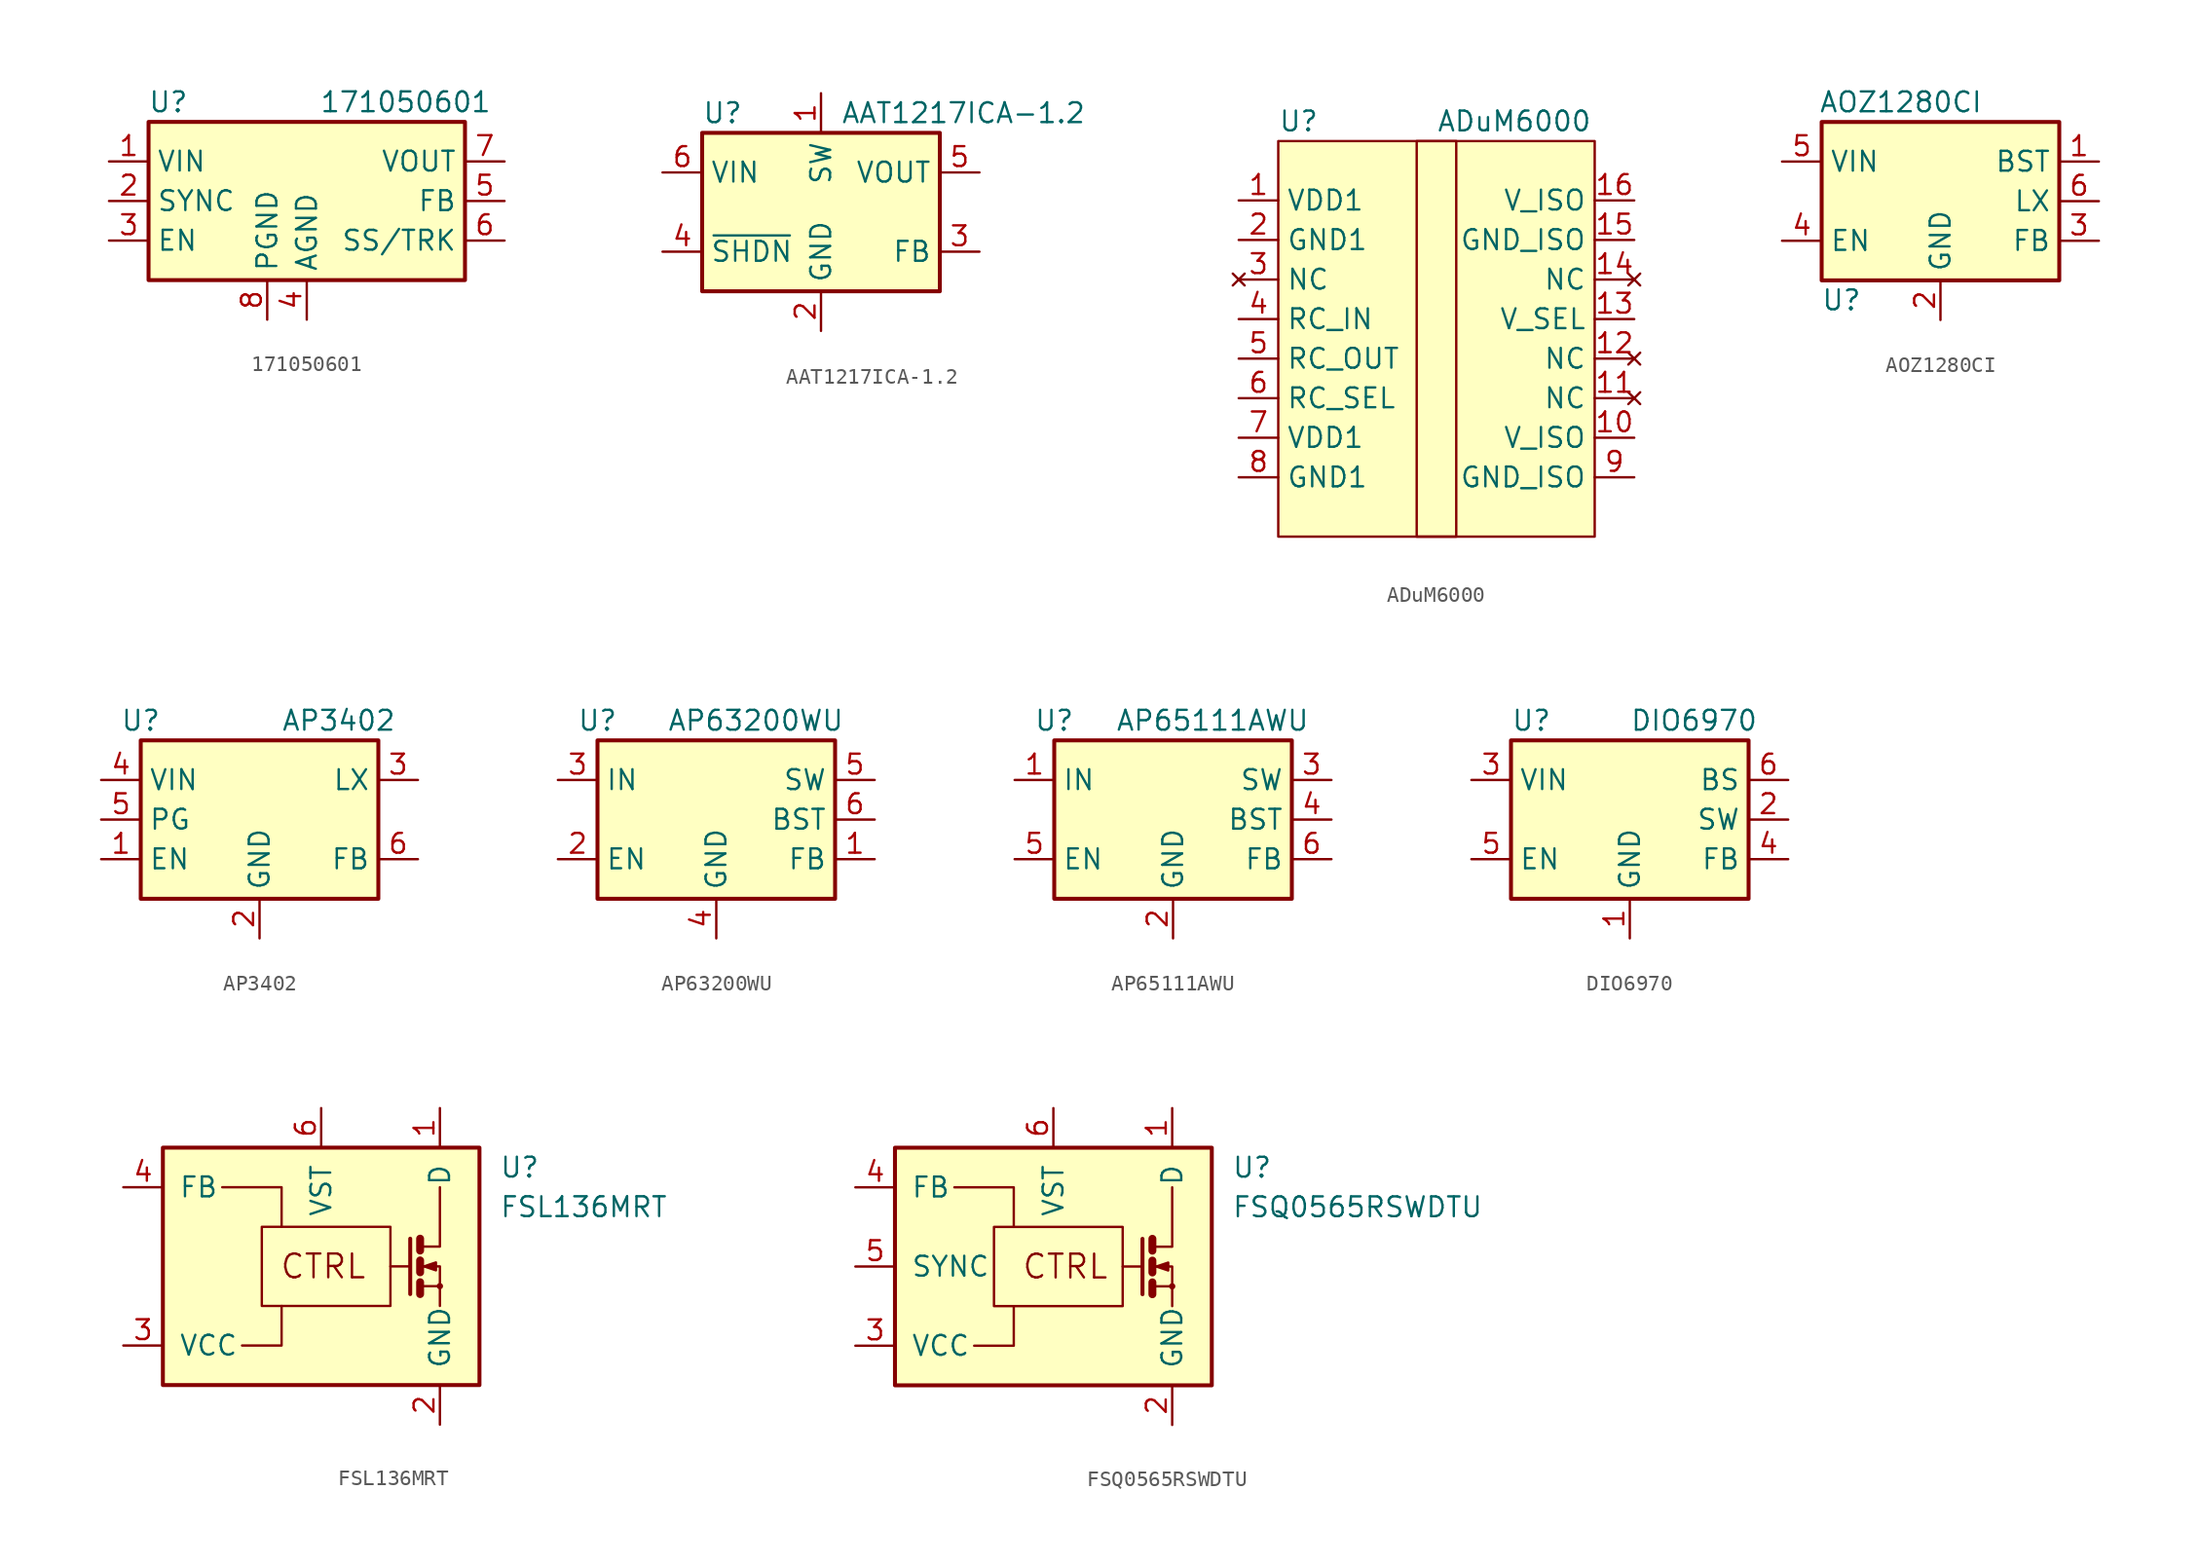
<source format=kicad_sym>
(kicad_symbol_lib
  (version 20201005)
  (generator kicad_symbol_editor)
  (symbol "171050601"
    (property "Reference" "U"
      (at -8.89 6.35 0)
      (effects (font (size 1.27 1.27))))
    (property "Value" "171050601"
      (at 6.35 6.35 0)
      (effects (font (size 1.27 1.27))))
    (symbol "171050601_0_1"
      (rectangle (start -10.16 5.08) (end 10.16 -5.08) (stroke (width 0.254)) (fill (type background))))
    (symbol "171050601_1_1"
      (pin power_in line (at -12.7 2.54 0) (length 2.54) (name "VIN" (effects (font (size 1.27 1.27)))) (number "1" (effects (font (size 1.27 1.27)))))
      (pin input line (at -12.7 0 0) (length 2.54) (name "SYNC" (effects (font (size 1.27 1.27)))) (number "2" (effects (font (size 1.27 1.27)))))
      (pin input line (at -12.7 -2.54 0) (length 2.54) (name "EN" (effects (font (size 1.27 1.27)))) (number "3" (effects (font (size 1.27 1.27)))))
      (pin power_in line (at 0 -7.62 90) (length 2.54) (name "AGND" (effects (font (size 1.27 1.27)))) (number "4" (effects (font (size 1.27 1.27)))))
      (pin input line (at 12.7 0 180) (length 2.54) (name "FB" (effects (font (size 1.27 1.27)))) (number "5" (effects (font (size 1.27 1.27)))))
      (pin input line (at 12.7 -2.54 180) (length 2.54) (name "SS/TRK" (effects (font (size 1.27 1.27)))) (number "6" (effects (font (size 1.27 1.27)))))
      (pin power_out line (at 12.7 2.54 180) (length 2.54) (name "VOUT" (effects (font (size 1.27 1.27)))) (number "7" (effects (font (size 1.27 1.27)))))
      (pin power_in line (at -2.54 -7.62 90) (length 2.54) (name "PGND" (effects (font (size 1.27 1.27)))) (number "8" (effects (font (size 1.27 1.27)))))))
  (symbol "AAT1217ICA-1.2"
    (property "Reference" "U"
      (at -7.62 6.35 0)
      (effects (font (size 1.27 1.27)) (justify left)))
    (property "Value" "AAT1217ICA-1.2"
      (at 1.27 6.35 0)
      (effects (font (size 1.27 1.27)) (justify left)))
    (symbol "AAT1217ICA-1.2_0_1"
      (rectangle (start -7.62 5.08) (end 7.62 -5.08) (stroke (width 0.254)) (fill (type background))))
    (symbol "AAT1217ICA-1.2_1_1"
      (pin passive line (at 0 7.62 270) (length 2.54) (name "SW" (effects (font (size 1.27 1.27)))) (number "1" (effects (font (size 1.27 1.27)))))
      (pin power_in line (at 0 -7.62 90) (length 2.54) (name "GND" (effects (font (size 1.27 1.27)))) (number "2" (effects (font (size 1.27 1.27)))))
      (pin passive line (at 10.16 -2.54 180) (length 2.54) (name "FB" (effects (font (size 1.27 1.27)))) (number "3" (effects (font (size 1.27 1.27)))))
      (pin input line (at -10.16 -2.54 0) (length 2.54) (name "~SHDN" (effects (font (size 1.27 1.27)))) (number "4" (effects (font (size 1.27 1.27)))))
      (pin power_out line (at 10.16 2.54 180) (length 2.54) (name "VOUT" (effects (font (size 1.27 1.27)))) (number "5" (effects (font (size 1.27 1.27)))))
      (pin power_in line (at -10.16 2.54 0) (length 2.54) (name "VIN" (effects (font (size 1.27 1.27)))) (number "6" (effects (font (size 1.27 1.27)))))))
  (symbol "ADuM6000"
    (property "Reference" "U"
      (at -10.16 12.7 0)
      (effects (font (size 1.27 1.27)) (justify left)))
    (property "Value" "ADuM6000"
      (at 0 12.7 0)
      (effects (font (size 1.27 1.27)) (justify left)))
    (symbol "ADuM6000_0_1"
      (rectangle (start -1.27 11.43) (end 1.27 -13.97) (stroke (width 0)) (fill (type none)))
      (rectangle (start -10.16 11.43) (end 10.16 -13.97) (stroke (width 0)) (fill (type background))))
    (symbol "ADuM6000_1_1"
      (pin power_in line (at -12.7 7.62 0) (length 2.54) (name "VDD1" (effects (font (size 1.27 1.27)))) (number "1" (effects (font (size 1.27 1.27)))))
      (pin passive line (at 12.7 -7.62 180) (length 2.54) (name "V_ISO" (effects (font (size 1.27 1.27)))) (number "10" (effects (font (size 1.27 1.27)))))
      (pin no_connect line (at 12.7 -5.08 180) (length 2.54) (name "NC" (effects (font (size 1.27 1.27)))) (number "11" (effects (font (size 1.27 1.27)))))
      (pin no_connect line (at 12.7 -2.54 180) (length 2.54) (name "NC" (effects (font (size 1.27 1.27)))) (number "12" (effects (font (size 1.27 1.27)))))
      (pin input line (at 12.7 0 180) (length 2.54) (name "V_SEL" (effects (font (size 1.27 1.27)))) (number "13" (effects (font (size 1.27 1.27)))))
      (pin no_connect line (at 12.7 2.54 180) (length 2.54) (name "NC" (effects (font (size 1.27 1.27)))) (number "14" (effects (font (size 1.27 1.27)))))
      (pin passive line (at 12.7 5.08 180) (length 2.54) (name "GND_ISO" (effects (font (size 1.27 1.27)))) (number "15" (effects (font (size 1.27 1.27)))))
      (pin power_out line (at 12.7 7.62 180) (length 2.54) (name "V_ISO" (effects (font (size 1.27 1.27)))) (number "16" (effects (font (size 1.27 1.27)))))
      (pin power_in line (at -12.7 5.08 0) (length 2.54) (name "GND1" (effects (font (size 1.27 1.27)))) (number "2" (effects (font (size 1.27 1.27)))))
      (pin no_connect line (at -12.7 2.54 0) (length 2.54) (name "NC" (effects (font (size 1.27 1.27)))) (number "3" (effects (font (size 1.27 1.27)))))
      (pin input line (at -12.7 0 0) (length 2.54) (name "RC_IN" (effects (font (size 1.27 1.27)))) (number "4" (effects (font (size 1.27 1.27)))))
      (pin output line (at -12.7 -2.54 0) (length 2.54) (name "RC_OUT" (effects (font (size 1.27 1.27)))) (number "5" (effects (font (size 1.27 1.27)))))
      (pin input line (at -12.7 -5.08 0) (length 2.54) (name "RC_SEL" (effects (font (size 1.27 1.27)))) (number "6" (effects (font (size 1.27 1.27)))))
      (pin power_in line (at -12.7 -7.62 0) (length 2.54) (name "VDD1" (effects (font (size 1.27 1.27)))) (number "7" (effects (font (size 1.27 1.27)))))
      (pin power_in line (at -12.7 -10.16 0) (length 2.54) (name "GND1" (effects (font (size 1.27 1.27)))) (number "8" (effects (font (size 1.27 1.27)))))
      (pin power_out line (at 12.7 -10.16 180) (length 2.54) (name "GND_ISO" (effects (font (size 1.27 1.27)))) (number "9" (effects (font (size 1.27 1.27)))))))
  (symbol "AOZ1280CI"
    (property "Reference" "U"
      (at -6.35 -6.35 0)
      (effects (font (size 1.27 1.27))))
    (property "Value" "AOZ1280CI"
      (at -2.54 6.35 0)
      (effects (font (size 1.27 1.27))))
    (symbol "AOZ1280CI_0_1"
      (rectangle (start -7.62 5.08) (end 7.62 -5.08) (stroke (width 0.254)) (fill (type background))))
    (symbol "AOZ1280CI_1_1"
      (pin input line (at 10.16 2.54 180) (length 2.54) (name "BST" (effects (font (size 1.27 1.27)))) (number "1" (effects (font (size 1.27 1.27)))))
      (pin power_in line (at 0 -7.62 90) (length 2.54) (name "GND" (effects (font (size 1.27 1.27)))) (number "2" (effects (font (size 1.27 1.27)))))
      (pin input line (at 10.16 -2.54 180) (length 2.54) (name "FB" (effects (font (size 1.27 1.27)))) (number "3" (effects (font (size 1.27 1.27)))))
      (pin input line (at -10.16 -2.54 0) (length 2.54) (name "EN" (effects (font (size 1.27 1.27)))) (number "4" (effects (font (size 1.27 1.27)))))
      (pin power_in line (at -10.16 2.54 0) (length 2.54) (name "VIN" (effects (font (size 1.27 1.27)))) (number "5" (effects (font (size 1.27 1.27)))))
      (pin power_out line (at 10.16 0 180) (length 2.54) (name "LX" (effects (font (size 1.27 1.27)))) (number "6" (effects (font (size 1.27 1.27)))))))
  (symbol "AP3402"
    (property "Reference" "U"
      (at -7.62 6.35 0)
      (effects (font (size 1.27 1.27))))
    (property "Value" "AP3402"
      (at 5.08 6.35 0)
      (effects (font (size 1.27 1.27))))
    (symbol "AP3402_0_1"
      (rectangle (start -7.62 5.08) (end 7.62 -5.08) (stroke (width 0.254)) (fill (type background))))
    (symbol "AP3402_1_1"
      (pin input line (at -10.16 -2.54 0) (length 2.54) (name "EN" (effects (font (size 1.27 1.27)))) (number "1" (effects (font (size 1.27 1.27)))))
      (pin power_in line (at 0 -7.62 90) (length 2.54) (name "GND" (effects (font (size 1.27 1.27)))) (number "2" (effects (font (size 1.27 1.27)))))
      (pin power_out line (at 10.16 2.54 180) (length 2.54) (name "LX" (effects (font (size 1.27 1.27)))) (number "3" (effects (font (size 1.27 1.27)))))
      (pin power_in line (at -10.16 2.54 0) (length 2.54) (name "VIN" (effects (font (size 1.27 1.27)))) (number "4" (effects (font (size 1.27 1.27)))))
      (pin input line (at -10.16 0 0) (length 2.54) (name "PG" (effects (font (size 1.27 1.27)))) (number "5" (effects (font (size 1.27 1.27)))))
      (pin input line (at 10.16 -2.54 180) (length 2.54) (name "FB" (effects (font (size 1.27 1.27)))) (number "6" (effects (font (size 1.27 1.27)))))))
  (symbol "AP63200WU"
    (property "Reference" "U"
      (at -7.62 6.35 0)
      (effects (font (size 1.27 1.27))))
    (property "Value" "AP63200WU"
      (at 2.54 6.35 0)
      (effects (font (size 1.27 1.27))))
    (symbol "AP63200WU_0_1"
      (rectangle (start -7.62 5.08) (end 7.62 -5.08) (stroke (width 0.254)) (fill (type background))))
    (symbol "AP63200WU_1_1"
      (pin input line (at 10.16 -2.54 180) (length 2.54) (name "FB" (effects (font (size 1.27 1.27)))) (number "1" (effects (font (size 1.27 1.27)))))
      (pin input line (at -10.16 -2.54 0) (length 2.54) (name "EN" (effects (font (size 1.27 1.27)))) (number "2" (effects (font (size 1.27 1.27)))))
      (pin power_in line (at -10.16 2.54 0) (length 2.54) (name "IN" (effects (font (size 1.27 1.27)))) (number "3" (effects (font (size 1.27 1.27)))))
      (pin power_in line (at 0 -7.62 90) (length 2.54) (name "GND" (effects (font (size 1.27 1.27)))) (number "4" (effects (font (size 1.27 1.27)))))
      (pin output line (at 10.16 2.54 180) (length 2.54) (name "SW" (effects (font (size 1.27 1.27)))) (number "5" (effects (font (size 1.27 1.27)))))
      (pin passive line (at 10.16 0 180) (length 2.54) (name "BST" (effects (font (size 1.27 1.27)))) (number "6" (effects (font (size 1.27 1.27)))))))
  (symbol "AP65111AWU"
    (property "Reference" "U"
      (at -7.62 6.35 0)
      (effects (font (size 1.27 1.27))))
    (property "Value" "AP65111AWU"
      (at 2.54 6.35 0)
      (effects (font (size 1.27 1.27))))
    (symbol "AP65111AWU_0_1"
      (rectangle (start -7.62 5.08) (end 7.62 -5.08) (stroke (width 0.254)) (fill (type background))))
    (symbol "AP65111AWU_1_1"
      (pin power_in line (at -10.16 2.54 0) (length 2.54) (name "IN" (effects (font (size 1.27 1.27)))) (number "1" (effects (font (size 1.27 1.27)))))
      (pin power_in line (at 0 -7.62 90) (length 2.54) (name "GND" (effects (font (size 1.27 1.27)))) (number "2" (effects (font (size 1.27 1.27)))))
      (pin output line (at 10.16 2.54 180) (length 2.54) (name "SW" (effects (font (size 1.27 1.27)))) (number "3" (effects (font (size 1.27 1.27)))))
      (pin passive line (at 10.16 0 180) (length 2.54) (name "BST" (effects (font (size 1.27 1.27)))) (number "4" (effects (font (size 1.27 1.27)))))
      (pin input line (at -10.16 -2.54 0) (length 2.54) (name "EN" (effects (font (size 1.27 1.27)))) (number "5" (effects (font (size 1.27 1.27)))))
      (pin input line (at 10.16 -2.54 180) (length 2.54) (name "FB" (effects (font (size 1.27 1.27)))) (number "6" (effects (font (size 1.27 1.27)))))))
  (symbol "DIO6970"
    (property "Reference" "U"
      (at -7.62 6.35 0)
      (effects (font (size 1.27 1.27)) (justify left)))
    (property "Value" "DIO6970"
      (at 0 6.35 0)
      (effects (font (size 1.27 1.27)) (justify left)))
    (symbol "DIO6970_0_1"
      (rectangle (start -7.62 5.08) (end 7.62 -5.08) (stroke (width 0.254)) (fill (type background))))
    (symbol "DIO6970_1_1"
      (pin power_in line (at 0 -7.62 90) (length 2.54) (name "GND" (effects (font (size 1.27 1.27)))) (number "1" (effects (font (size 1.27 1.27)))))
      (pin power_out line (at 10.16 0 180) (length 2.54) (name "SW" (effects (font (size 1.27 1.27)))) (number "2" (effects (font (size 1.27 1.27)))))
      (pin power_in line (at -10.16 2.54 0) (length 2.54) (name "VIN" (effects (font (size 1.27 1.27)))) (number "3" (effects (font (size 1.27 1.27)))))
      (pin input line (at 10.16 -2.54 180) (length 2.54) (name "FB" (effects (font (size 1.27 1.27)))) (number "4" (effects (font (size 1.27 1.27)))))
      (pin input line (at -10.16 -2.54 0) (length 2.54) (name "EN" (effects (font (size 1.27 1.27)))) (number "5" (effects (font (size 1.27 1.27)))))
      (pin output line (at 10.16 2.54 180) (length 2.54) (name "BS" (effects (font (size 1.27 1.27)))) (number "6" (effects (font (size 1.27 1.27)))))))
  (symbol "FSL136MRT"
    (pin_names
      (offset 1.016))
    (property "Reference" "U"
      (at 11.43 6.35 0)
      (effects (font (size 1.27 1.27)) (justify left)))
    (property "Value" "FSL136MRT"
      (at 11.43 3.81 0)
      (effects (font (size 1.27 1.27)) (justify left)))
    (symbol "FSL136MRT_0_0"
      (circle (center 7.62 -1.27) (radius 0.127) (stroke (width 0)) (fill (type none)))
      (text "CTRL" (at 0.127 0 0) (effects (font (size 1.524 1.524))))
      (rectangle (start -3.81 2.54) (end 4.445 -2.54) (stroke (width 0)) (fill (type none)))
      (rectangle (start -10.16 7.62) (end 10.16 -7.62) (stroke (width 0.254)) (fill (type background)))
      (polyline (pts (xy 5.715 1.778) (xy 5.715 -1.778)) (stroke (width 0.254)) (fill (type none)))
      (polyline (pts (xy 6.35 -1.27) (xy 7.62 -1.27)) (stroke (width 0)) (fill (type none)))
      (polyline (pts (xy 6.35 -1.016) (xy 6.35 -1.778)) (stroke (width 0.508)) (fill (type none)))
      (polyline (pts (xy 6.35 0.381) (xy 6.35 -0.381)) (stroke (width 0.508)) (fill (type none)))
      (polyline (pts (xy 6.35 1.778) (xy 6.35 1.016)) (stroke (width 0.508)) (fill (type none)))
      (polyline (pts (xy 6.35 1.27) (xy 7.62 1.27) (xy 7.62 5.08)) (stroke (width 0)) (fill (type none)))
      (polyline (pts (xy 7.62 -2.54) (xy 7.62 0) (xy 6.35 0)) (stroke (width 0)) (fill (type none)))
      (polyline (pts (xy 6.604 0) (xy 7.366 0.254) (xy 7.366 -0.254) (xy 6.604 0)) (stroke (width 0)) (fill (type outline))))
    (symbol "FSL136MRT_0_1"
      (polyline (pts (xy 4.445 0) (xy 5.715 0)) (stroke (width 0)) (fill (type none)))
      (polyline (pts (xy -6.35 5.08) (xy -2.54 5.08) (xy -2.54 2.54)) (stroke (width 0)) (fill (type none)))
      (polyline (pts (xy -5.08 -5.08) (xy -2.54 -5.08) (xy -2.54 -2.54)) (stroke (width 0)) (fill (type none))))
    (symbol "FSL136MRT_1_1"
      (pin passive line (at 7.62 10.16 270) (length 2.54) (name "D" (effects (font (size 1.27 1.27)))) (number "1" (effects (font (size 1.27 1.27)))))
      (pin power_in line (at 7.62 -10.16 90) (length 2.54) (name "GND" (effects (font (size 1.27 1.27)))) (number "2" (effects (font (size 1.27 1.27)))))
      (pin power_in line (at -12.7 -5.08 0) (length 2.54) (name "VCC" (effects (font (size 1.27 1.27)))) (number "3" (effects (font (size 1.27 1.27)))))
      (pin passive line (at -12.7 5.08 0) (length 2.54) (name "FB" (effects (font (size 1.27 1.27)))) (number "4" (effects (font (size 1.27 1.27)))))
      (pin passive line (at 0 10.16 270) (length 2.54) (name "VST" (effects (font (size 1.27 1.27)))) (number "6" (effects (font (size 1.27 1.27)))))))
  (symbol "FSQ0565RSWDTU"
    (pin_names
      (offset 1.016))
    (property "Reference" "U"
      (at 11.43 6.35 0)
      (effects (font (size 1.27 1.27)) (justify left)))
    (property "Value" "FSQ0565RSWDTU"
      (at 11.43 3.81 0)
      (effects (font (size 1.27 1.27)) (justify left)))
    (symbol "FSQ0565RSWDTU_0_0"
      (circle (center 7.62 -1.27) (radius 0.127) (stroke (width 0)) (fill (type none)))
      (text "CTRL" (at 0.762 0 0) (effects (font (size 1.524 1.524))))
      (rectangle (start -3.81 2.54) (end 4.445 -2.54) (stroke (width 0)) (fill (type none)))
      (rectangle (start -10.16 7.62) (end 10.16 -7.62) (stroke (width 0.254)) (fill (type background)))
      (polyline (pts (xy 5.715 1.778) (xy 5.715 -1.778)) (stroke (width 0.254)) (fill (type none)))
      (polyline (pts (xy 6.35 -1.27) (xy 7.62 -1.27)) (stroke (width 0)) (fill (type none)))
      (polyline (pts (xy 6.35 -1.016) (xy 6.35 -1.778)) (stroke (width 0.508)) (fill (type none)))
      (polyline (pts (xy 6.35 0.381) (xy 6.35 -0.381)) (stroke (width 0.508)) (fill (type none)))
      (polyline (pts (xy 6.35 1.778) (xy 6.35 1.016)) (stroke (width 0.508)) (fill (type none)))
      (polyline (pts (xy 6.35 1.27) (xy 7.62 1.27) (xy 7.62 5.08)) (stroke (width 0)) (fill (type none)))
      (polyline (pts (xy 7.62 -1.905) (xy 7.62 -2.54) (xy 7.62 0) (xy 6.35 0)) (stroke (width 0)) (fill (type none)))
      (polyline (pts (xy 6.604 0) (xy 7.366 0.254) (xy 7.366 -0.254) (xy 6.604 0)) (stroke (width 0)) (fill (type outline))))
    (symbol "FSQ0565RSWDTU_0_1"
      (polyline (pts (xy 4.445 0) (xy 5.715 0)) (stroke (width 0)) (fill (type none)))
      (polyline (pts (xy -6.35 5.08) (xy -2.54 5.08) (xy -2.54 2.54)) (stroke (width 0)) (fill (type none)))
      (polyline (pts (xy -5.08 -5.08) (xy -2.54 -5.08) (xy -2.54 -2.54)) (stroke (width 0)) (fill (type none))))
    (symbol "FSQ0565RSWDTU_1_1"
      (pin passive line (at 7.62 10.16 270) (length 2.54) (name "D" (effects (font (size 1.27 1.27)))) (number "1" (effects (font (size 1.27 1.27)))))
      (pin power_in line (at 7.62 -10.16 90) (length 2.54) (name "GND" (effects (font (size 1.27 1.27)))) (number "2" (effects (font (size 1.27 1.27)))))
      (pin power_in line (at -12.7 -5.08 0) (length 2.54) (name "VCC" (effects (font (size 1.27 1.27)))) (number "3" (effects (font (size 1.27 1.27)))))
      (pin passive line (at -12.7 5.08 0) (length 2.54) (name "FB" (effects (font (size 1.27 1.27)))) (number "4" (effects (font (size 1.27 1.27)))))
      (pin passive line (at -12.7 0 0) (length 2.54) (name "SYNC" (effects (font (size 1.27 1.27)))) (number "5" (effects (font (size 1.27 1.27)))))
      (pin passive line (at 0 10.16 270) (length 2.54) (name "VST" (effects (font (size 1.27 1.27)))) (number "6" (effects (font (size 1.27 1.27))))))))
</source>
